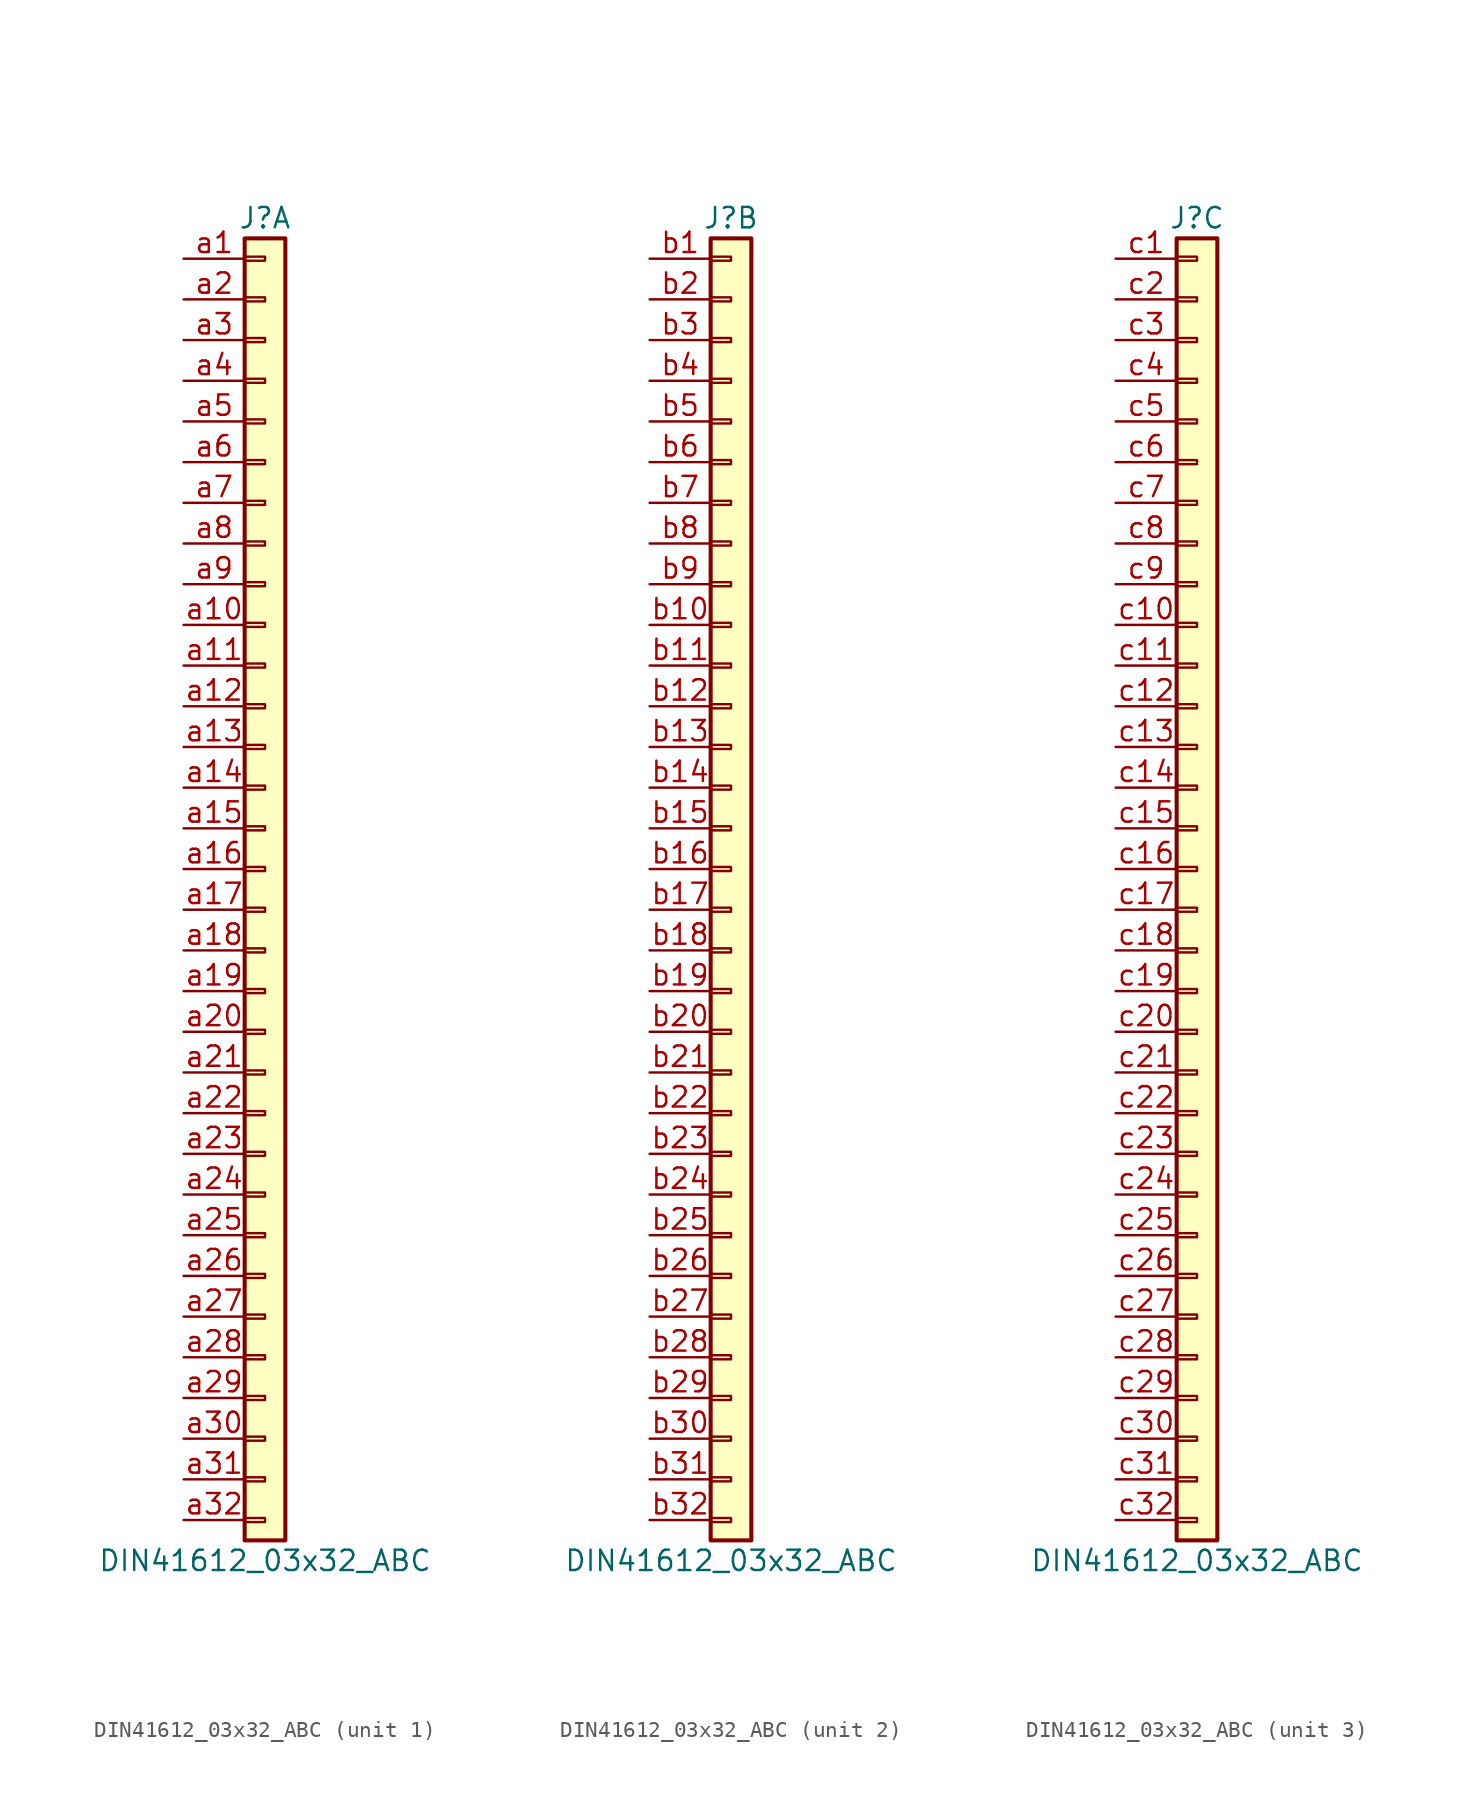
<source format=kicad_sym>
(kicad_symbol_lib
  (version 20241209)
  (generator "kicad_symbol_editor")
  (generator_version "9.0")
  (symbol "DIN41612_03x32_ABC"
    (pin_names
      (offset 1.016)
      (hide yes))
    (property "Reference" "J"
      (at 0 40.64 0)
      (effects (font (size 1.27 1.27))))
    (property "Value" "DIN41612_03x32_ABC"
      (at 0 -43.18 0)
      (effects (font (size 1.27 1.27))))
    (property "ki_locked" ""
      (at 0 0 0)
      (effects (font (size 1.27 1.27))))
    (symbol "DIN41612_03x32_ABC_1_1"
      (rectangle (start -1.27 39.37) (end 1.27 -41.91) (stroke (width 0.254) (type default)) (fill (type background)))
      (rectangle (start -1.27 38.227) (end 0 37.973) (stroke (width 0.152) (type default)) (fill (type none)))
      (rectangle (start -1.27 35.687) (end 0 35.433) (stroke (width 0.152) (type default)) (fill (type none)))
      (rectangle (start -1.27 33.147) (end 0 32.893) (stroke (width 0.152) (type default)) (fill (type none)))
      (rectangle (start -1.27 30.607) (end 0 30.353) (stroke (width 0.152) (type default)) (fill (type none)))
      (rectangle (start -1.27 28.067) (end 0 27.813) (stroke (width 0.152) (type default)) (fill (type none)))
      (rectangle (start -1.27 25.527) (end 0 25.273) (stroke (width 0.152) (type default)) (fill (type none)))
      (rectangle (start -1.27 22.987) (end 0 22.733) (stroke (width 0.152) (type default)) (fill (type none)))
      (rectangle (start -1.27 20.447) (end 0 20.193) (stroke (width 0.152) (type default)) (fill (type none)))
      (rectangle (start -1.27 17.907) (end 0 17.653) (stroke (width 0.152) (type default)) (fill (type none)))
      (rectangle (start -1.27 15.367) (end 0 15.113) (stroke (width 0.152) (type default)) (fill (type none)))
      (rectangle (start -1.27 12.827) (end 0 12.573) (stroke (width 0.152) (type default)) (fill (type none)))
      (rectangle (start -1.27 10.287) (end 0 10.033) (stroke (width 0.152) (type default)) (fill (type none)))
      (rectangle (start -1.27 7.747) (end 0 7.493) (stroke (width 0.152) (type default)) (fill (type none)))
      (rectangle (start -1.27 5.207) (end 0 4.953) (stroke (width 0.152) (type default)) (fill (type none)))
      (rectangle (start -1.27 2.667) (end 0 2.413) (stroke (width 0.152) (type default)) (fill (type none)))
      (rectangle (start -1.27 0.127) (end 0 -0.127) (stroke (width 0.152) (type default)) (fill (type none)))
      (rectangle (start -1.27 -2.413) (end 0 -2.667) (stroke (width 0.152) (type default)) (fill (type none)))
      (rectangle (start -1.27 -4.953) (end 0 -5.207) (stroke (width 0.152) (type default)) (fill (type none)))
      (rectangle (start -1.27 -7.493) (end 0 -7.747) (stroke (width 0.152) (type default)) (fill (type none)))
      (rectangle (start -1.27 -10.033) (end 0 -10.287) (stroke (width 0.152) (type default)) (fill (type none)))
      (rectangle (start -1.27 -12.573) (end 0 -12.827) (stroke (width 0.152) (type default)) (fill (type none)))
      (rectangle (start -1.27 -15.113) (end 0 -15.367) (stroke (width 0.152) (type default)) (fill (type none)))
      (rectangle (start -1.27 -17.653) (end 0 -17.907) (stroke (width 0.152) (type default)) (fill (type none)))
      (rectangle (start -1.27 -20.193) (end 0 -20.447) (stroke (width 0.152) (type default)) (fill (type none)))
      (rectangle (start -1.27 -22.733) (end 0 -22.987) (stroke (width 0.152) (type default)) (fill (type none)))
      (rectangle (start -1.27 -25.273) (end 0 -25.527) (stroke (width 0.152) (type default)) (fill (type none)))
      (rectangle (start -1.27 -27.813) (end 0 -28.067) (stroke (width 0.152) (type default)) (fill (type none)))
      (rectangle (start -1.27 -30.353) (end 0 -30.607) (stroke (width 0.152) (type default)) (fill (type none)))
      (rectangle (start -1.27 -32.893) (end 0 -33.147) (stroke (width 0.152) (type default)) (fill (type none)))
      (rectangle (start -1.27 -35.433) (end 0 -35.687) (stroke (width 0.152) (type default)) (fill (type none)))
      (rectangle (start -1.27 -37.973) (end 0 -38.227) (stroke (width 0.152) (type default)) (fill (type none)))
      (rectangle (start -1.27 -40.513) (end 0 -40.767) (stroke (width 0.152) (type default)) (fill (type none)))
      (pin passive line (at -5.08 38.1 0) (length 3.81) (name "Pin_a1" (effects (font (size 1.27 1.27)))) (number "a1" (effects (font (size 1.27 1.27)))))
      (pin passive line (at -5.08 35.56 0) (length 3.81) (name "Pin_a2" (effects (font (size 1.27 1.27)))) (number "a2" (effects (font (size 1.27 1.27)))))
      (pin passive line (at -5.08 33.02 0) (length 3.81) (name "Pin_a3" (effects (font (size 1.27 1.27)))) (number "a3" (effects (font (size 1.27 1.27)))))
      (pin passive line (at -5.08 30.48 0) (length 3.81) (name "Pin_a4" (effects (font (size 1.27 1.27)))) (number "a4" (effects (font (size 1.27 1.27)))))
      (pin passive line (at -5.08 27.94 0) (length 3.81) (name "Pin_a5" (effects (font (size 1.27 1.27)))) (number "a5" (effects (font (size 1.27 1.27)))))
      (pin passive line (at -5.08 25.4 0) (length 3.81) (name "Pin_a6" (effects (font (size 1.27 1.27)))) (number "a6" (effects (font (size 1.27 1.27)))))
      (pin passive line (at -5.08 22.86 0) (length 3.81) (name "Pin_a7" (effects (font (size 1.27 1.27)))) (number "a7" (effects (font (size 1.27 1.27)))))
      (pin passive line (at -5.08 20.32 0) (length 3.81) (name "Pin_a8" (effects (font (size 1.27 1.27)))) (number "a8" (effects (font (size 1.27 1.27)))))
      (pin passive line (at -5.08 17.78 0) (length 3.81) (name "Pin_a9" (effects (font (size 1.27 1.27)))) (number "a9" (effects (font (size 1.27 1.27)))))
      (pin passive line (at -5.08 15.24 0) (length 3.81) (name "Pin_a10" (effects (font (size 1.27 1.27)))) (number "a10" (effects (font (size 1.27 1.27)))))
      (pin passive line (at -5.08 12.7 0) (length 3.81) (name "Pin_a11" (effects (font (size 1.27 1.27)))) (number "a11" (effects (font (size 1.27 1.27)))))
      (pin passive line (at -5.08 10.16 0) (length 3.81) (name "Pin_a12" (effects (font (size 1.27 1.27)))) (number "a12" (effects (font (size 1.27 1.27)))))
      (pin passive line (at -5.08 7.62 0) (length 3.81) (name "Pin_a13" (effects (font (size 1.27 1.27)))) (number "a13" (effects (font (size 1.27 1.27)))))
      (pin passive line (at -5.08 5.08 0) (length 3.81) (name "Pin_a14" (effects (font (size 1.27 1.27)))) (number "a14" (effects (font (size 1.27 1.27)))))
      (pin passive line (at -5.08 2.54 0) (length 3.81) (name "Pin_a15" (effects (font (size 1.27 1.27)))) (number "a15" (effects (font (size 1.27 1.27)))))
      (pin passive line (at -5.08 0 0) (length 3.81) (name "Pin_a16" (effects (font (size 1.27 1.27)))) (number "a16" (effects (font (size 1.27 1.27)))))
      (pin passive line (at -5.08 -2.54 0) (length 3.81) (name "Pin_a17" (effects (font (size 1.27 1.27)))) (number "a17" (effects (font (size 1.27 1.27)))))
      (pin passive line (at -5.08 -5.08 0) (length 3.81) (name "Pin_a18" (effects (font (size 1.27 1.27)))) (number "a18" (effects (font (size 1.27 1.27)))))
      (pin passive line (at -5.08 -7.62 0) (length 3.81) (name "Pin_a19" (effects (font (size 1.27 1.27)))) (number "a19" (effects (font (size 1.27 1.27)))))
      (pin passive line (at -5.08 -10.16 0) (length 3.81) (name "Pin_a20" (effects (font (size 1.27 1.27)))) (number "a20" (effects (font (size 1.27 1.27)))))
      (pin passive line (at -5.08 -12.7 0) (length 3.81) (name "Pin_a21" (effects (font (size 1.27 1.27)))) (number "a21" (effects (font (size 1.27 1.27)))))
      (pin passive line (at -5.08 -15.24 0) (length 3.81) (name "Pin_a22" (effects (font (size 1.27 1.27)))) (number "a22" (effects (font (size 1.27 1.27)))))
      (pin passive line (at -5.08 -17.78 0) (length 3.81) (name "Pin_a23" (effects (font (size 1.27 1.27)))) (number "a23" (effects (font (size 1.27 1.27)))))
      (pin passive line (at -5.08 -20.32 0) (length 3.81) (name "Pin_a24" (effects (font (size 1.27 1.27)))) (number "a24" (effects (font (size 1.27 1.27)))))
      (pin passive line (at -5.08 -22.86 0) (length 3.81) (name "Pin_a25" (effects (font (size 1.27 1.27)))) (number "a25" (effects (font (size 1.27 1.27)))))
      (pin passive line (at -5.08 -25.4 0) (length 3.81) (name "Pin_a26" (effects (font (size 1.27 1.27)))) (number "a26" (effects (font (size 1.27 1.27)))))
      (pin passive line (at -5.08 -27.94 0) (length 3.81) (name "Pin_a27" (effects (font (size 1.27 1.27)))) (number "a27" (effects (font (size 1.27 1.27)))))
      (pin passive line (at -5.08 -30.48 0) (length 3.81) (name "Pin_a28" (effects (font (size 1.27 1.27)))) (number "a28" (effects (font (size 1.27 1.27)))))
      (pin passive line (at -5.08 -33.02 0) (length 3.81) (name "Pin_a29" (effects (font (size 1.27 1.27)))) (number "a29" (effects (font (size 1.27 1.27)))))
      (pin passive line (at -5.08 -35.56 0) (length 3.81) (name "Pin_a30" (effects (font (size 1.27 1.27)))) (number "a30" (effects (font (size 1.27 1.27)))))
      (pin passive line (at -5.08 -38.1 0) (length 3.81) (name "Pin_a31" (effects (font (size 1.27 1.27)))) (number "a31" (effects (font (size 1.27 1.27)))))
      (pin passive line (at -5.08 -40.64 0) (length 3.81) (name "Pin_a32" (effects (font (size 1.27 1.27)))) (number "a32" (effects (font (size 1.27 1.27))))))
    (symbol "DIN41612_03x32_ABC_2_1"
      (rectangle (start -1.27 39.37) (end 1.27 -41.91) (stroke (width 0.254) (type default)) (fill (type background)))
      (rectangle (start -1.27 38.227) (end 0 37.973) (stroke (width 0.152) (type default)) (fill (type none)))
      (rectangle (start -1.27 35.687) (end 0 35.433) (stroke (width 0.152) (type default)) (fill (type none)))
      (rectangle (start -1.27 33.147) (end 0 32.893) (stroke (width 0.152) (type default)) (fill (type none)))
      (rectangle (start -1.27 30.607) (end 0 30.353) (stroke (width 0.152) (type default)) (fill (type none)))
      (rectangle (start -1.27 28.067) (end 0 27.813) (stroke (width 0.152) (type default)) (fill (type none)))
      (rectangle (start -1.27 25.527) (end 0 25.273) (stroke (width 0.152) (type default)) (fill (type none)))
      (rectangle (start -1.27 22.987) (end 0 22.733) (stroke (width 0.152) (type default)) (fill (type none)))
      (rectangle (start -1.27 20.447) (end 0 20.193) (stroke (width 0.152) (type default)) (fill (type none)))
      (rectangle (start -1.27 17.907) (end 0 17.653) (stroke (width 0.152) (type default)) (fill (type none)))
      (rectangle (start -1.27 15.367) (end 0 15.113) (stroke (width 0.152) (type default)) (fill (type none)))
      (rectangle (start -1.27 12.827) (end 0 12.573) (stroke (width 0.152) (type default)) (fill (type none)))
      (rectangle (start -1.27 10.287) (end 0 10.033) (stroke (width 0.152) (type default)) (fill (type none)))
      (rectangle (start -1.27 7.747) (end 0 7.493) (stroke (width 0.152) (type default)) (fill (type none)))
      (rectangle (start -1.27 5.207) (end 0 4.953) (stroke (width 0.152) (type default)) (fill (type none)))
      (rectangle (start -1.27 2.667) (end 0 2.413) (stroke (width 0.152) (type default)) (fill (type none)))
      (rectangle (start -1.27 0.127) (end 0 -0.127) (stroke (width 0.152) (type default)) (fill (type none)))
      (rectangle (start -1.27 -2.413) (end 0 -2.667) (stroke (width 0.152) (type default)) (fill (type none)))
      (rectangle (start -1.27 -4.953) (end 0 -5.207) (stroke (width 0.152) (type default)) (fill (type none)))
      (rectangle (start -1.27 -7.493) (end 0 -7.747) (stroke (width 0.152) (type default)) (fill (type none)))
      (rectangle (start -1.27 -10.033) (end 0 -10.287) (stroke (width 0.152) (type default)) (fill (type none)))
      (rectangle (start -1.27 -12.573) (end 0 -12.827) (stroke (width 0.152) (type default)) (fill (type none)))
      (rectangle (start -1.27 -15.113) (end 0 -15.367) (stroke (width 0.152) (type default)) (fill (type none)))
      (rectangle (start -1.27 -17.653) (end 0 -17.907) (stroke (width 0.152) (type default)) (fill (type none)))
      (rectangle (start -1.27 -20.193) (end 0 -20.447) (stroke (width 0.152) (type default)) (fill (type none)))
      (rectangle (start -1.27 -22.733) (end 0 -22.987) (stroke (width 0.152) (type default)) (fill (type none)))
      (rectangle (start -1.27 -25.273) (end 0 -25.527) (stroke (width 0.152) (type default)) (fill (type none)))
      (rectangle (start -1.27 -27.813) (end 0 -28.067) (stroke (width 0.152) (type default)) (fill (type none)))
      (rectangle (start -1.27 -30.353) (end 0 -30.607) (stroke (width 0.152) (type default)) (fill (type none)))
      (rectangle (start -1.27 -32.893) (end 0 -33.147) (stroke (width 0.152) (type default)) (fill (type none)))
      (rectangle (start -1.27 -35.433) (end 0 -35.687) (stroke (width 0.152) (type default)) (fill (type none)))
      (rectangle (start -1.27 -37.973) (end 0 -38.227) (stroke (width 0.152) (type default)) (fill (type none)))
      (rectangle (start -1.27 -40.513) (end 0 -40.767) (stroke (width 0.152) (type default)) (fill (type none)))
      (pin passive line (at -5.08 38.1 0) (length 3.81) (name "Pin_b1" (effects (font (size 1.27 1.27)))) (number "b1" (effects (font (size 1.27 1.27)))))
      (pin passive line (at -5.08 35.56 0) (length 3.81) (name "Pin_b2" (effects (font (size 1.27 1.27)))) (number "b2" (effects (font (size 1.27 1.27)))))
      (pin passive line (at -5.08 33.02 0) (length 3.81) (name "Pin_b3" (effects (font (size 1.27 1.27)))) (number "b3" (effects (font (size 1.27 1.27)))))
      (pin passive line (at -5.08 30.48 0) (length 3.81) (name "Pin_b4" (effects (font (size 1.27 1.27)))) (number "b4" (effects (font (size 1.27 1.27)))))
      (pin passive line (at -5.08 27.94 0) (length 3.81) (name "Pin_b5" (effects (font (size 1.27 1.27)))) (number "b5" (effects (font (size 1.27 1.27)))))
      (pin passive line (at -5.08 25.4 0) (length 3.81) (name "Pin_b6" (effects (font (size 1.27 1.27)))) (number "b6" (effects (font (size 1.27 1.27)))))
      (pin passive line (at -5.08 22.86 0) (length 3.81) (name "Pin_b7" (effects (font (size 1.27 1.27)))) (number "b7" (effects (font (size 1.27 1.27)))))
      (pin passive line (at -5.08 20.32 0) (length 3.81) (name "Pin_b8" (effects (font (size 1.27 1.27)))) (number "b8" (effects (font (size 1.27 1.27)))))
      (pin passive line (at -5.08 17.78 0) (length 3.81) (name "Pin_b9" (effects (font (size 1.27 1.27)))) (number "b9" (effects (font (size 1.27 1.27)))))
      (pin passive line (at -5.08 15.24 0) (length 3.81) (name "Pin_b10" (effects (font (size 1.27 1.27)))) (number "b10" (effects (font (size 1.27 1.27)))))
      (pin passive line (at -5.08 12.7 0) (length 3.81) (name "Pin_b11" (effects (font (size 1.27 1.27)))) (number "b11" (effects (font (size 1.27 1.27)))))
      (pin passive line (at -5.08 10.16 0) (length 3.81) (name "Pin_b12" (effects (font (size 1.27 1.27)))) (number "b12" (effects (font (size 1.27 1.27)))))
      (pin passive line (at -5.08 7.62 0) (length 3.81) (name "Pin_b13" (effects (font (size 1.27 1.27)))) (number "b13" (effects (font (size 1.27 1.27)))))
      (pin passive line (at -5.08 5.08 0) (length 3.81) (name "Pin_b14" (effects (font (size 1.27 1.27)))) (number "b14" (effects (font (size 1.27 1.27)))))
      (pin passive line (at -5.08 2.54 0) (length 3.81) (name "Pin_b15" (effects (font (size 1.27 1.27)))) (number "b15" (effects (font (size 1.27 1.27)))))
      (pin passive line (at -5.08 0 0) (length 3.81) (name "Pin_b16" (effects (font (size 1.27 1.27)))) (number "b16" (effects (font (size 1.27 1.27)))))
      (pin passive line (at -5.08 -2.54 0) (length 3.81) (name "Pin_b17" (effects (font (size 1.27 1.27)))) (number "b17" (effects (font (size 1.27 1.27)))))
      (pin passive line (at -5.08 -5.08 0) (length 3.81) (name "Pin_b18" (effects (font (size 1.27 1.27)))) (number "b18" (effects (font (size 1.27 1.27)))))
      (pin passive line (at -5.08 -7.62 0) (length 3.81) (name "Pin_b19" (effects (font (size 1.27 1.27)))) (number "b19" (effects (font (size 1.27 1.27)))))
      (pin passive line (at -5.08 -10.16 0) (length 3.81) (name "Pin_b20" (effects (font (size 1.27 1.27)))) (number "b20" (effects (font (size 1.27 1.27)))))
      (pin passive line (at -5.08 -12.7 0) (length 3.81) (name "Pin_b21" (effects (font (size 1.27 1.27)))) (number "b21" (effects (font (size 1.27 1.27)))))
      (pin passive line (at -5.08 -15.24 0) (length 3.81) (name "Pin_b22" (effects (font (size 1.27 1.27)))) (number "b22" (effects (font (size 1.27 1.27)))))
      (pin passive line (at -5.08 -17.78 0) (length 3.81) (name "Pin_b23" (effects (font (size 1.27 1.27)))) (number "b23" (effects (font (size 1.27 1.27)))))
      (pin passive line (at -5.08 -20.32 0) (length 3.81) (name "Pin_a24" (effects (font (size 1.27 1.27)))) (number "b24" (effects (font (size 1.27 1.27)))))
      (pin passive line (at -5.08 -22.86 0) (length 3.81) (name "Pin_b25" (effects (font (size 1.27 1.27)))) (number "b25" (effects (font (size 1.27 1.27)))))
      (pin passive line (at -5.08 -25.4 0) (length 3.81) (name "Pin_b26" (effects (font (size 1.27 1.27)))) (number "b26" (effects (font (size 1.27 1.27)))))
      (pin passive line (at -5.08 -27.94 0) (length 3.81) (name "Pin_b27" (effects (font (size 1.27 1.27)))) (number "b27" (effects (font (size 1.27 1.27)))))
      (pin passive line (at -5.08 -30.48 0) (length 3.81) (name "Pin_b28" (effects (font (size 1.27 1.27)))) (number "b28" (effects (font (size 1.27 1.27)))))
      (pin passive line (at -5.08 -33.02 0) (length 3.81) (name "Pin_b29" (effects (font (size 1.27 1.27)))) (number "b29" (effects (font (size 1.27 1.27)))))
      (pin passive line (at -5.08 -35.56 0) (length 3.81) (name "Pin_b30" (effects (font (size 1.27 1.27)))) (number "b30" (effects (font (size 1.27 1.27)))))
      (pin passive line (at -5.08 -38.1 0) (length 3.81) (name "Pin_b31" (effects (font (size 1.27 1.27)))) (number "b31" (effects (font (size 1.27 1.27)))))
      (pin passive line (at -5.08 -40.64 0) (length 3.81) (name "Pin_b32" (effects (font (size 1.27 1.27)))) (number "b32" (effects (font (size 1.27 1.27))))))
    (symbol "DIN41612_03x32_ABC_3_1"
      (rectangle (start -1.27 39.37) (end 1.27 -41.91) (stroke (width 0.254) (type default)) (fill (type background)))
      (rectangle (start -1.27 38.227) (end 0 37.973) (stroke (width 0.152) (type default)) (fill (type none)))
      (rectangle (start -1.27 35.687) (end 0 35.433) (stroke (width 0.152) (type default)) (fill (type none)))
      (rectangle (start -1.27 33.147) (end 0 32.893) (stroke (width 0.152) (type default)) (fill (type none)))
      (rectangle (start -1.27 30.607) (end 0 30.353) (stroke (width 0.152) (type default)) (fill (type none)))
      (rectangle (start -1.27 28.067) (end 0 27.813) (stroke (width 0.152) (type default)) (fill (type none)))
      (rectangle (start -1.27 25.527) (end 0 25.273) (stroke (width 0.152) (type default)) (fill (type none)))
      (rectangle (start -1.27 22.987) (end 0 22.733) (stroke (width 0.152) (type default)) (fill (type none)))
      (rectangle (start -1.27 20.447) (end 0 20.193) (stroke (width 0.152) (type default)) (fill (type none)))
      (rectangle (start -1.27 17.907) (end 0 17.653) (stroke (width 0.152) (type default)) (fill (type none)))
      (rectangle (start -1.27 15.367) (end 0 15.113) (stroke (width 0.152) (type default)) (fill (type none)))
      (rectangle (start -1.27 12.827) (end 0 12.573) (stroke (width 0.152) (type default)) (fill (type none)))
      (rectangle (start -1.27 10.287) (end 0 10.033) (stroke (width 0.152) (type default)) (fill (type none)))
      (rectangle (start -1.27 7.747) (end 0 7.493) (stroke (width 0.152) (type default)) (fill (type none)))
      (rectangle (start -1.27 5.207) (end 0 4.953) (stroke (width 0.152) (type default)) (fill (type none)))
      (rectangle (start -1.27 2.667) (end 0 2.413) (stroke (width 0.152) (type default)) (fill (type none)))
      (rectangle (start -1.27 0.127) (end 0 -0.127) (stroke (width 0.152) (type default)) (fill (type none)))
      (rectangle (start -1.27 -2.413) (end 0 -2.667) (stroke (width 0.152) (type default)) (fill (type none)))
      (rectangle (start -1.27 -4.953) (end 0 -5.207) (stroke (width 0.152) (type default)) (fill (type none)))
      (rectangle (start -1.27 -7.493) (end 0 -7.747) (stroke (width 0.152) (type default)) (fill (type none)))
      (rectangle (start -1.27 -10.033) (end 0 -10.287) (stroke (width 0.152) (type default)) (fill (type none)))
      (rectangle (start -1.27 -12.573) (end 0 -12.827) (stroke (width 0.152) (type default)) (fill (type none)))
      (rectangle (start -1.27 -15.113) (end 0 -15.367) (stroke (width 0.152) (type default)) (fill (type none)))
      (rectangle (start -1.27 -17.653) (end 0 -17.907) (stroke (width 0.152) (type default)) (fill (type none)))
      (rectangle (start -1.27 -20.193) (end 0 -20.447) (stroke (width 0.152) (type default)) (fill (type none)))
      (rectangle (start -1.27 -22.733) (end 0 -22.987) (stroke (width 0.152) (type default)) (fill (type none)))
      (rectangle (start -1.27 -25.273) (end 0 -25.527) (stroke (width 0.152) (type default)) (fill (type none)))
      (rectangle (start -1.27 -27.813) (end 0 -28.067) (stroke (width 0.152) (type default)) (fill (type none)))
      (rectangle (start -1.27 -30.353) (end 0 -30.607) (stroke (width 0.152) (type default)) (fill (type none)))
      (rectangle (start -1.27 -32.893) (end 0 -33.147) (stroke (width 0.152) (type default)) (fill (type none)))
      (rectangle (start -1.27 -35.433) (end 0 -35.687) (stroke (width 0.152) (type default)) (fill (type none)))
      (rectangle (start -1.27 -37.973) (end 0 -38.227) (stroke (width 0.152) (type default)) (fill (type none)))
      (rectangle (start -1.27 -40.513) (end 0 -40.767) (stroke (width 0.152) (type default)) (fill (type none)))
      (pin passive line (at -5.08 38.1 0) (length 3.81) (name "Pin_c1" (effects (font (size 1.27 1.27)))) (number "c1" (effects (font (size 1.27 1.27)))))
      (pin passive line (at -5.08 35.56 0) (length 3.81) (name "Pin_c2" (effects (font (size 1.27 1.27)))) (number "c2" (effects (font (size 1.27 1.27)))))
      (pin passive line (at -5.08 33.02 0) (length 3.81) (name "Pin_c3" (effects (font (size 1.27 1.27)))) (number "c3" (effects (font (size 1.27 1.27)))))
      (pin passive line (at -5.08 30.48 0) (length 3.81) (name "Pin_c4" (effects (font (size 1.27 1.27)))) (number "c4" (effects (font (size 1.27 1.27)))))
      (pin passive line (at -5.08 27.94 0) (length 3.81) (name "Pin_c5" (effects (font (size 1.27 1.27)))) (number "c5" (effects (font (size 1.27 1.27)))))
      (pin passive line (at -5.08 25.4 0) (length 3.81) (name "Pin_c6" (effects (font (size 1.27 1.27)))) (number "c6" (effects (font (size 1.27 1.27)))))
      (pin passive line (at -5.08 22.86 0) (length 3.81) (name "Pin_c7" (effects (font (size 1.27 1.27)))) (number "c7" (effects (font (size 1.27 1.27)))))
      (pin passive line (at -5.08 20.32 0) (length 3.81) (name "Pin_c8" (effects (font (size 1.27 1.27)))) (number "c8" (effects (font (size 1.27 1.27)))))
      (pin passive line (at -5.08 17.78 0) (length 3.81) (name "Pin_c9" (effects (font (size 1.27 1.27)))) (number "c9" (effects (font (size 1.27 1.27)))))
      (pin passive line (at -5.08 15.24 0) (length 3.81) (name "Pin_c10" (effects (font (size 1.27 1.27)))) (number "c10" (effects (font (size 1.27 1.27)))))
      (pin passive line (at -5.08 12.7 0) (length 3.81) (name "Pin_c11" (effects (font (size 1.27 1.27)))) (number "c11" (effects (font (size 1.27 1.27)))))
      (pin passive line (at -5.08 10.16 0) (length 3.81) (name "Pin_c12" (effects (font (size 1.27 1.27)))) (number "c12" (effects (font (size 1.27 1.27)))))
      (pin passive line (at -5.08 7.62 0) (length 3.81) (name "Pin_c13" (effects (font (size 1.27 1.27)))) (number "c13" (effects (font (size 1.27 1.27)))))
      (pin passive line (at -5.08 5.08 0) (length 3.81) (name "Pin_c14" (effects (font (size 1.27 1.27)))) (number "c14" (effects (font (size 1.27 1.27)))))
      (pin passive line (at -5.08 2.54 0) (length 3.81) (name "Pin_c15" (effects (font (size 1.27 1.27)))) (number "c15" (effects (font (size 1.27 1.27)))))
      (pin passive line (at -5.08 0 0) (length 3.81) (name "Pin_c16" (effects (font (size 1.27 1.27)))) (number "c16" (effects (font (size 1.27 1.27)))))
      (pin passive line (at -5.08 -2.54 0) (length 3.81) (name "Pin_c17" (effects (font (size 1.27 1.27)))) (number "c17" (effects (font (size 1.27 1.27)))))
      (pin passive line (at -5.08 -5.08 0) (length 3.81) (name "Pin_c18" (effects (font (size 1.27 1.27)))) (number "c18" (effects (font (size 1.27 1.27)))))
      (pin passive line (at -5.08 -7.62 0) (length 3.81) (name "Pin_c19" (effects (font (size 1.27 1.27)))) (number "c19" (effects (font (size 1.27 1.27)))))
      (pin passive line (at -5.08 -10.16 0) (length 3.81) (name "Pin_c20" (effects (font (size 1.27 1.27)))) (number "c20" (effects (font (size 1.27 1.27)))))
      (pin passive line (at -5.08 -12.7 0) (length 3.81) (name "Pin_c21" (effects (font (size 1.27 1.27)))) (number "c21" (effects (font (size 1.27 1.27)))))
      (pin passive line (at -5.08 -15.24 0) (length 3.81) (name "Pin_c22" (effects (font (size 1.27 1.27)))) (number "c22" (effects (font (size 1.27 1.27)))))
      (pin passive line (at -5.08 -17.78 0) (length 3.81) (name "Pin_c23" (effects (font (size 1.27 1.27)))) (number "c23" (effects (font (size 1.27 1.27)))))
      (pin passive line (at -5.08 -20.32 0) (length 3.81) (name "Pin_c24" (effects (font (size 1.27 1.27)))) (number "c24" (effects (font (size 1.27 1.27)))))
      (pin passive line (at -5.08 -22.86 0) (length 3.81) (name "Pin_c25" (effects (font (size 1.27 1.27)))) (number "c25" (effects (font (size 1.27 1.27)))))
      (pin passive line (at -5.08 -25.4 0) (length 3.81) (name "Pin_c26" (effects (font (size 1.27 1.27)))) (number "c26" (effects (font (size 1.27 1.27)))))
      (pin passive line (at -5.08 -27.94 0) (length 3.81) (name "Pin_c27" (effects (font (size 1.27 1.27)))) (number "c27" (effects (font (size 1.27 1.27)))))
      (pin passive line (at -5.08 -30.48 0) (length 3.81) (name "Pin_c28" (effects (font (size 1.27 1.27)))) (number "c28" (effects (font (size 1.27 1.27)))))
      (pin passive line (at -5.08 -33.02 0) (length 3.81) (name "Pin_c29" (effects (font (size 1.27 1.27)))) (number "c29" (effects (font (size 1.27 1.27)))))
      (pin passive line (at -5.08 -35.56 0) (length 3.81) (name "Pin_c30" (effects (font (size 1.27 1.27)))) (number "c30" (effects (font (size 1.27 1.27)))))
      (pin passive line (at -5.08 -38.1 0) (length 3.81) (name "Pin_c31" (effects (font (size 1.27 1.27)))) (number "c31" (effects (font (size 1.27 1.27)))))
      (pin passive line (at -5.08 -40.64 0) (length 3.81) (name "Pin_c32" (effects (font (size 1.27 1.27)))) (number "c32" (effects (font (size 1.27 1.27))))))))
</source>
